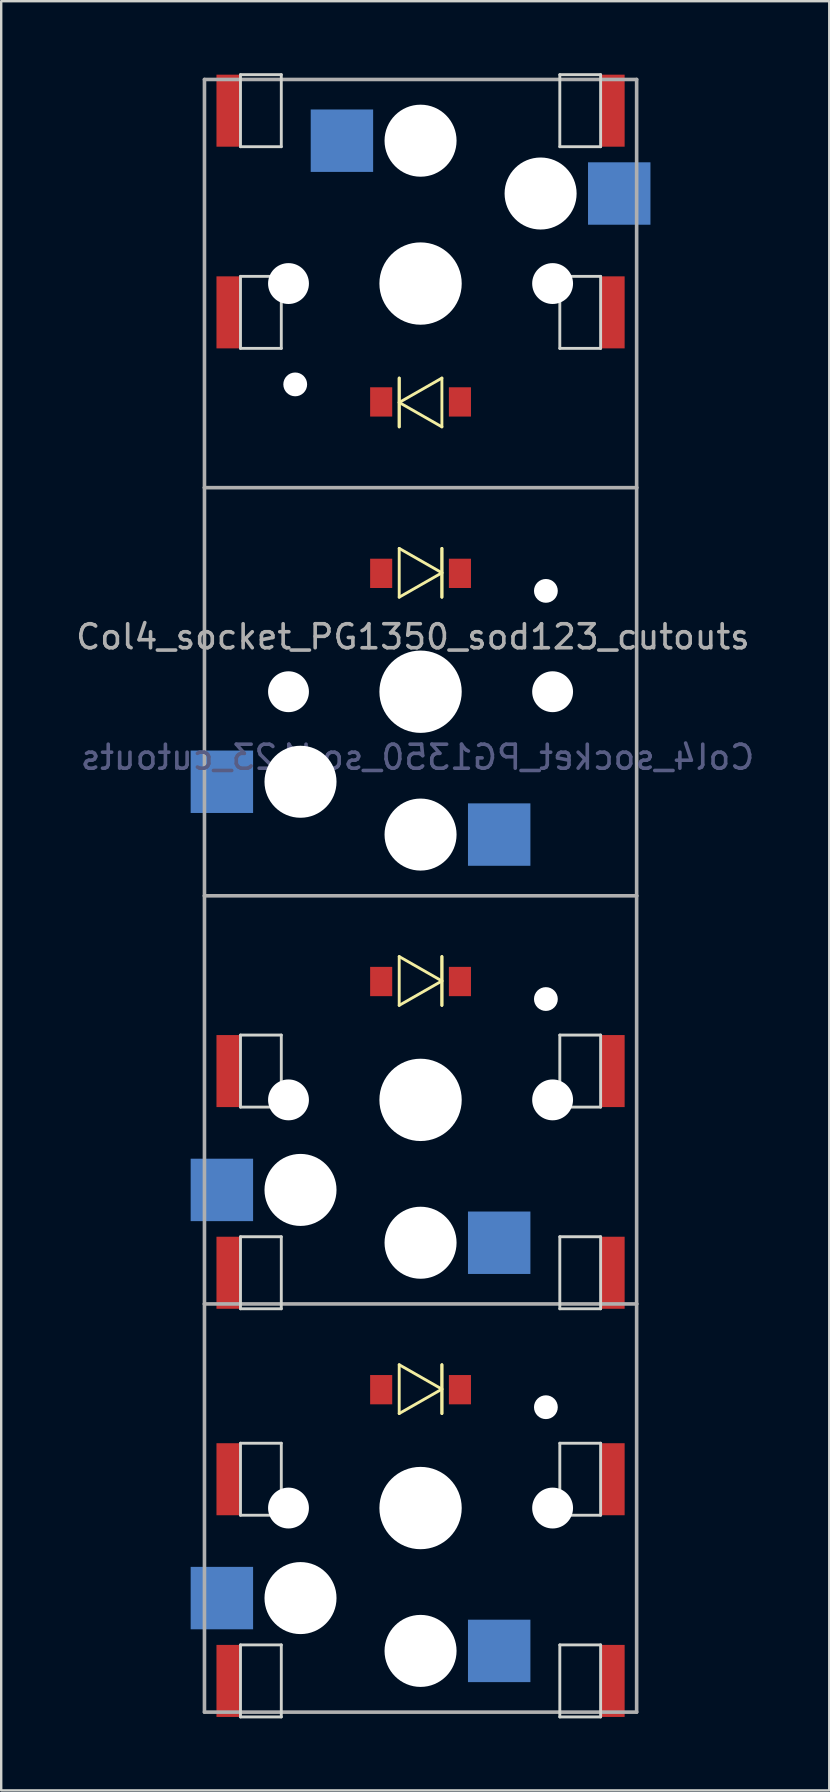
<source format=kicad_pcb>
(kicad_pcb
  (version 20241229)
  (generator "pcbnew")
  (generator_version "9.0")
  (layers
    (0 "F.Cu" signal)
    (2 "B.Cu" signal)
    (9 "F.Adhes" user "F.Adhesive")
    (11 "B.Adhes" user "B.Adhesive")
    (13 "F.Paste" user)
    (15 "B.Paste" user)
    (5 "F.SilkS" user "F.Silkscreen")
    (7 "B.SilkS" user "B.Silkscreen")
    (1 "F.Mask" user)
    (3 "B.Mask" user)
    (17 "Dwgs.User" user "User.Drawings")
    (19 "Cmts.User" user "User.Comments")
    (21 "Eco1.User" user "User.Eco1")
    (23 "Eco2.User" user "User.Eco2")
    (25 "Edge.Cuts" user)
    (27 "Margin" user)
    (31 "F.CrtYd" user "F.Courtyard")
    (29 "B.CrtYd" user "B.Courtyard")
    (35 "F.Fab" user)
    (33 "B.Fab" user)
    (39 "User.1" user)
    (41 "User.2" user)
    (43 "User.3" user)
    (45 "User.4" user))
  (footprint "Col4_socket_PG1350_sod123_cutouts"
    (layer "F.Cu")
    (at 14.466 68.26)
    (property "Reference" "Col4_socket_PG1350_sod123_cutouts" (at -0.318 -44.786 0) (layer "F.Fab") (effects (font (size 1 1) (thickness 0.15))))
    (attr smd)
    (fp_line (start -0.889 -55.563) (end -0.889 -53.531) (stroke (width 0.12) (type solid)) (layer "F.SilkS"))
    (fp_line (start -0.889 -55.563) (end -0.889 -53.531) (stroke (width 0.12) (type solid)) (layer "F.SilkS"))
    (fp_line (start -0.889 -54.547) (end 0.889 -55.563) (stroke (width 0.12) (type solid)) (layer "F.SilkS"))
    (fp_line (start -0.889 -48.469) (end -0.889 -46.437) (stroke (width 0.12) (type solid)) (layer "F.SilkS"))
    (fp_line (start -0.889 -48.469) (end 0.889 -47.453) (stroke (width 0.12) (type solid)) (layer "F.SilkS"))
    (fp_line (start -0.889 -31.469) (end -0.889 -29.437) (stroke (width 0.12) (type solid)) (layer "F.SilkS"))
    (fp_line (start -0.889 -31.469) (end 0.889 -30.453) (stroke (width 0.12) (type solid)) (layer "F.SilkS"))
    (fp_line (start -0.889 -14.469) (end -0.889 -12.437) (stroke (width 0.12) (type solid)) (layer "F.SilkS"))
    (fp_line (start -0.889 -14.469) (end 0.889 -13.453) (stroke (width 0.12) (type solid)) (layer "F.SilkS"))
    (fp_line (start 0.889 -53.531) (end -0.889 -54.547) (stroke (width 0.12) (type solid)) (layer "F.SilkS"))
    (fp_line (start 0.889 -53.531) (end 0.889 -55.563) (stroke (width 0.12) (type solid)) (layer "F.SilkS"))
    (fp_line (start 0.889 -47.453) (end -0.889 -46.437) (stroke (width 0.12) (type solid)) (layer "F.SilkS"))
    (fp_line (start 0.889 -46.437) (end 0.889 -48.469) (stroke (width 0.12) (type solid)) (layer "F.SilkS"))
    (fp_line (start 0.889 -46.437) (end 0.889 -48.469) (stroke (width 0.12) (type solid)) (layer "F.SilkS"))
    (fp_line (start 0.889 -30.453) (end -0.889 -29.437) (stroke (width 0.12) (type solid)) (layer "F.SilkS"))
    (fp_line (start 0.889 -29.437) (end 0.889 -31.469) (stroke (width 0.12) (type solid)) (layer "F.SilkS"))
    (fp_line (start 0.889 -29.437) (end 0.889 -31.469) (stroke (width 0.12) (type solid)) (layer "F.SilkS"))
    (fp_line (start 0.889 -13.453) (end -0.889 -12.437) (stroke (width 0.12) (type solid)) (layer "F.SilkS"))
    (fp_line (start 0.889 -12.437) (end 0.889 -14.469) (stroke (width 0.12) (type solid)) (layer "F.SilkS"))
    (fp_line (start 0.889 -12.437) (end 0.889 -14.469) (stroke (width 0.12) (type solid)) (layer "F.SilkS"))
    (fp_line (start -7.5 -65.2) (end -7.5 -68.2) (stroke (width 0.12) (type solid)) (layer "Edge.Cuts"))
    (fp_line (start -7.5 -56.8) (end -7.5 -59.8) (stroke (width 0.12) (type solid)) (layer "Edge.Cuts"))
    (fp_line (start -7.5 -28.2) (end -5.8 -28.2) (stroke (width 0.12) (type solid)) (layer "Edge.Cuts"))
    (fp_line (start -7.5 -25.2) (end -7.5 -28.2) (stroke (width 0.12) (type solid)) (layer "Edge.Cuts"))
    (fp_line (start -7.5 -25.2) (end -5.8 -25.2) (stroke (width 0.12) (type solid)) (layer "Edge.Cuts"))
    (fp_line (start -7.5 -19.8) (end -7.5 -16.8) (stroke (width 0.12) (type solid)) (layer "Edge.Cuts"))
    (fp_line (start -7.5 -19.8) (end -5.8 -19.8) (stroke (width 0.12) (type solid)) (layer "Edge.Cuts"))
    (fp_line (start -7.5 -16.8) (end -5.8 -16.8) (stroke (width 0.12) (type solid)) (layer "Edge.Cuts"))
    (fp_line (start -7.5 -11.2) (end -5.8 -11.2) (stroke (width 0.12) (type solid)) (layer "Edge.Cuts"))
    (fp_line (start -7.5 -8.2) (end -7.5 -11.2) (stroke (width 0.12) (type solid)) (layer "Edge.Cuts"))
    (fp_line (start -7.5 -8.2) (end -5.8 -8.2) (stroke (width 0.12) (type solid)) (layer "Edge.Cuts"))
    (fp_line (start -7.5 -2.8) (end -7.5 0.2) (stroke (width 0.12) (type solid)) (layer "Edge.Cuts"))
    (fp_line (start -7.5 -2.8) (end -5.8 -2.8) (stroke (width 0.12) (type solid)) (layer "Edge.Cuts"))
    (fp_line (start -7.5 0.2) (end -5.8 0.2) (stroke (width 0.12) (type solid)) (layer "Edge.Cuts"))
    (fp_line (start -5.8 -68.2) (end -7.5 -68.2) (stroke (width 0.12) (type solid)) (layer "Edge.Cuts"))
    (fp_line (start -5.8 -68.2) (end -5.8 -65.2) (stroke (width 0.12) (type solid)) (layer "Edge.Cuts"))
    (fp_line (start -5.8 -65.2) (end -7.5 -65.2) (stroke (width 0.12) (type solid)) (layer "Edge.Cuts"))
    (fp_line (start -5.8 -59.8) (end -7.5 -59.8) (stroke (width 0.12) (type solid)) (layer "Edge.Cuts"))
    (fp_line (start -5.8 -59.8) (end -5.8 -56.8) (stroke (width 0.12) (type solid)) (layer "Edge.Cuts"))
    (fp_line (start -5.8 -56.8) (end -7.5 -56.8) (stroke (width 0.12) (type solid)) (layer "Edge.Cuts"))
    (fp_line (start -5.8 -28.2) (end -5.8 -25.2) (stroke (width 0.12) (type solid)) (layer "Edge.Cuts"))
    (fp_line (start -5.8 -16.8) (end -5.8 -19.8) (stroke (width 0.12) (type solid)) (layer "Edge.Cuts"))
    (fp_line (start -5.8 -11.2) (end -5.8 -8.2) (stroke (width 0.12) (type solid)) (layer "Edge.Cuts"))
    (fp_line (start -5.8 0.2) (end -5.8 -2.8) (stroke (width 0.12) (type solid)) (layer "Edge.Cuts"))
    (fp_line (start 5.8 -68.2) (end 5.8 -65.2) (stroke (width 0.12) (type solid)) (layer "Edge.Cuts"))
    (fp_line (start 5.8 -56.8) (end 5.8 -59.8) (stroke (width 0.12) (type solid)) (layer "Edge.Cuts"))
    (fp_line (start 5.8 -28.2) (end 7.5 -28.2) (stroke (width 0.12) (type solid)) (layer "Edge.Cuts"))
    (fp_line (start 5.8 -25.2) (end 5.8 -28.2) (stroke (width 0.12) (type solid)) (layer "Edge.Cuts"))
    (fp_line (start 5.8 -25.2) (end 7.5 -25.2) (stroke (width 0.12) (type solid)) (layer "Edge.Cuts"))
    (fp_line (start 5.8 -19.8) (end 7.5 -19.8) (stroke (width 0.12) (type solid)) (layer "Edge.Cuts"))
    (fp_line (start 5.8 -16.8) (end 5.8 -19.8) (stroke (width 0.12) (type solid)) (layer "Edge.Cuts"))
    (fp_line (start 5.8 -16.8) (end 7.5 -16.8) (stroke (width 0.12) (type solid)) (layer "Edge.Cuts"))
    (fp_line (start 5.8 -11.2) (end 7.5 -11.2) (stroke (width 0.12) (type solid)) (layer "Edge.Cuts"))
    (fp_line (start 5.8 -8.2) (end 5.8 -11.2) (stroke (width 0.12) (type solid)) (layer "Edge.Cuts"))
    (fp_line (start 5.8 -8.2) (end 7.5 -8.2) (stroke (width 0.12) (type solid)) (layer "Edge.Cuts"))
    (fp_line (start 5.8 -2.8) (end 7.5 -2.8) (stroke (width 0.12) (type solid)) (layer "Edge.Cuts"))
    (fp_line (start 5.8 0.2) (end 5.8 -2.8) (stroke (width 0.12) (type solid)) (layer "Edge.Cuts"))
    (fp_line (start 5.8 0.2) (end 7.5 0.2) (stroke (width 0.12) (type solid)) (layer "Edge.Cuts"))
    (fp_line (start 7.5 -68.2) (end 5.8 -68.2) (stroke (width 0.12) (type solid)) (layer "Edge.Cuts"))
    (fp_line (start 7.5 -65.2) (end 5.8 -65.2) (stroke (width 0.12) (type solid)) (layer "Edge.Cuts"))
    (fp_line (start 7.5 -65.2) (end 7.5 -68.2) (stroke (width 0.12) (type solid)) (layer "Edge.Cuts"))
    (fp_line (start 7.5 -59.8) (end 5.8 -59.8) (stroke (width 0.12) (type solid)) (layer "Edge.Cuts"))
    (fp_line (start 7.5 -59.8) (end 7.5 -56.8) (stroke (width 0.12) (type solid)) (layer "Edge.Cuts"))
    (fp_line (start 7.5 -56.8) (end 5.8 -56.8) (stroke (width 0.12) (type solid)) (layer "Edge.Cuts"))
    (fp_line (start 7.5 -28.2) (end 7.5 -25.2) (stroke (width 0.12) (type solid)) (layer "Edge.Cuts"))
    (fp_line (start 7.5 -19.8) (end 7.5 -16.8) (stroke (width 0.12) (type solid)) (layer "Edge.Cuts"))
    (fp_line (start 7.5 -11.2) (end 7.5 -8.2) (stroke (width 0.12) (type solid)) (layer "Edge.Cuts"))
    (fp_line (start 7.5 -2.8) (end 7.5 0.2) (stroke (width 0.12) (type solid)) (layer "Edge.Cuts"))
    (fp_line (start -9 -51) (end -9 -68) (stroke (width 0.15) (type solid)) (layer "F.Fab"))
    (fp_line (start -9 -34) (end -9 -51) (stroke (width 0.15) (type solid)) (layer "F.Fab"))
    (fp_line (start -9 -17) (end -9 -34) (stroke (width 0.15) (type solid)) (layer "F.Fab"))
    (fp_line (start -9 0) (end -9 -17) (stroke (width 0.15) (type solid)) (layer "F.Fab"))
    (fp_line (start 9 -68) (end -9 -68) (stroke (width 0.15) (type solid)) (layer "F.Fab"))
    (fp_line (start 9 -68) (end 9 -51) (stroke (width 0.15) (type solid)) (layer "F.Fab"))
    (fp_line (start 9 -51) (end -9 -51) (stroke (width 0.15) (type solid)) (layer "F.Fab"))
    (fp_line (start 9 -51) (end 9 -34) (stroke (width 0.15) (type solid)) (layer "F.Fab"))
    (fp_line (start 9 -34) (end -9 -34) (stroke (width 0.15) (type solid)) (layer "F.Fab"))
    (fp_line (start 9 -34) (end 9 -17) (stroke (width 0.15) (type solid)) (layer "F.Fab"))
    (fp_line (start 9 -17) (end -9 -17) (stroke (width 0.15) (type solid)) (layer "F.Fab"))
    (fp_line (start 9 -17) (end 9 0) (stroke (width 0.15) (type solid)) (layer "F.Fab"))
    (fp_line (start 9 0) (end -9 0) (stroke (width 0.15) (type solid)) (layer "F.Fab"))
    (fp_text user "${REFERENCE}" (at -0.127 -39.77 0) (layer "B.Fab") (effects (font (size 1 1) (thickness 0.15)) (justify mirror)))
    (pad "" np_thru_hole circle (at -5.5 -59.5 180) (size 1.702 1.702) (drill 1.702) (layers "*.Cu"))
    (pad "" np_thru_hole circle (at -5.5 -42.5) (size 1.702 1.702) (drill 1.702) (layers "*.Cu"))
    (pad "" np_thru_hole circle (at -5.5 -25.5) (size 1.702 1.702) (drill 1.702) (layers "*.Cu"))
    (pad "" np_thru_hole circle (at -5.5 -8.5) (size 1.702 1.702) (drill 1.702) (layers "*.Cu"))
    (pad "" np_thru_hole circle (at -5.22 -55.3 180) (size 0.991 0.991) (drill 0.991) (layers "*.Cu" "*.Mask"))
    (pad "" np_thru_hole circle (at -5 -38.75) (size 3 3) (drill 3) (layers "*.Cu"))
    (pad "" np_thru_hole circle (at -5 -21.75) (size 3 3) (drill 3) (layers "*.Cu"))
    (pad "" np_thru_hole circle (at -5 -4.75) (size 3 3) (drill 3) (layers "*.Cu"))
    (pad "" np_thru_hole circle (at 0 -65.45 180) (size 3 3) (drill 3) (layers "*.Cu" "*.Mask"))
    (pad "" np_thru_hole circle (at 0 -59.5 270) (size 3.429 3.429) (drill 3.429) (layers "*.Cu" "*.Mask"))
    (pad "" np_thru_hole circle (at 0 -42.5) (size 3.429 3.429) (drill 3.429) (layers "*.Cu" "*.Mask"))
    (pad "" np_thru_hole circle (at 0 -36.55) (size 3 3) (drill 3) (layers "*.Cu" "*.Mask"))
    (pad "" np_thru_hole circle (at 0 -25.5) (size 3.429 3.429) (drill 3.429) (layers "*.Cu" "*.Mask"))
    (pad "" np_thru_hole circle (at 0 -19.55) (size 3 3) (drill 3) (layers "*.Cu" "*.Mask"))
    (pad "" np_thru_hole circle (at 0 -8.5) (size 3.429 3.429) (drill 3.429) (layers "*.Cu" "*.Mask"))
    (pad "" np_thru_hole circle (at 0 -2.55) (size 3 3) (drill 3) (layers "*.Cu" "*.Mask"))
    (pad "" np_thru_hole circle (at 5 -63.25 180) (size 3 3) (drill 3) (layers "*.Cu"))
    (pad "" np_thru_hole circle (at 5.22 -46.7) (size 0.991 0.991) (drill 0.991) (layers "*.Cu" "*.Mask"))
    (pad "" np_thru_hole circle (at 5.22 -29.7) (size 0.991 0.991) (drill 0.991) (layers "*.Cu" "*.Mask"))
    (pad "" np_thru_hole circle (at 5.22 -12.7) (size 0.991 0.991) (drill 0.991) (layers "*.Cu" "*.Mask"))
    (pad "" np_thru_hole circle (at 5.5 -59.5 180) (size 1.702 1.702) (drill 1.702) (layers "*.Cu"))
    (pad "" np_thru_hole circle (at 5.5 -42.5) (size 1.702 1.702) (drill 1.702) (layers "*.Cu"))
    (pad "" np_thru_hole circle (at 5.5 -25.5) (size 1.702 1.702) (drill 1.702) (layers "*.Cu"))
    (pad "" np_thru_hole circle (at 5.5 -8.5) (size 1.702 1.702) (drill 1.702) (layers "*.Cu"))
    (pad "a1" smd rect (at -8.275 -4.75) (size 2.6 2.6) (layers "B.Cu" "B.Mask" "B.Paste"))
    (pad "a1" smd rect (at -8 -9.7) (size 1 3) (layers "F.Cu" "F.Mask" "F.Paste"))
    (pad "a1" smd rect (at -8 -1.3) (size 1 3) (layers "F.Cu" "F.Mask" "F.Paste"))
    (pad "a2" smd rect (at 3.275 -2.55) (size 2.6 2.6) (layers "B.Cu" "B.Mask" "B.Paste"))
    (pad "aA" smd rect (at -1.64 -13.43) (size 0.92 1.22) (layers "F.Cu" "F.Mask" "F.Paste"))
    (pad "aK" smd rect (at 1.64 -13.43) (size 0.92 1.22) (layers "F.Cu" "F.Mask" "F.Paste"))
    (pad "aK" smd rect (at 8 -9.7) (size 1 3) (layers "F.Cu" "F.Mask" "F.Paste"))
    (pad "aK" smd rect (at 8 -1.3) (size 1 3) (layers "F.Cu" "F.Mask" "F.Paste"))
    (pad "b1" smd rect (at -8.275 -21.75) (size 2.6 2.6) (layers "B.Cu" "B.Mask" "B.Paste"))
    (pad "b1" smd rect (at -8 -26.7) (size 1 3) (layers "F.Cu" "F.Mask" "F.Paste"))
    (pad "b1" smd rect (at -8 -18.3) (size 1 3) (layers "F.Cu" "F.Mask" "F.Paste"))
    (pad "b2" smd rect (at 3.275 -19.55) (size 2.6 2.6) (layers "B.Cu" "B.Mask" "B.Paste"))
    (pad "bA" smd rect (at -1.64 -30.43) (size 0.92 1.22) (layers "F.Cu" "F.Mask" "F.Paste"))
    (pad "bK" smd rect (at 1.64 -30.43) (size 0.92 1.22) (layers "F.Cu" "F.Mask" "F.Paste"))
    (pad "bK" smd rect (at 8 -26.7) (size 1 3) (layers "F.Cu" "F.Mask" "F.Paste"))
    (pad "bK" smd rect (at 8 -18.3) (size 1 3) (layers "F.Cu" "F.Mask" "F.Paste"))
    (pad "m1" smd rect (at -8.275 -38.75) (size 2.6 2.6) (layers "B.Cu" "B.Mask" "B.Paste"))
    (pad "m2" smd rect (at 3.275 -36.55) (size 2.6 2.6) (layers "B.Cu" "B.Mask" "B.Paste"))
    (pad "mA" smd rect (at -1.64 -47.43) (size 0.92 1.22) (layers "F.Cu" "F.Mask" "F.Paste"))
    (pad "mK" smd rect (at 1.64 -47.43) (size 0.92 1.22) (layers "F.Cu" "F.Mask" "F.Paste"))
    (pad "t1" smd rect (at 8 -66.7 180) (size 1 3) (layers "F.Cu" "F.Mask" "F.Paste"))
    (pad "t1" smd rect (at 8 -58.3 180) (size 1 3) (layers "F.Cu" "F.Mask" "F.Paste"))
    (pad "t1" smd rect (at 8.275 -63.25 180) (size 2.6 2.6) (layers "B.Cu" "B.Mask" "B.Paste"))
    (pad "t2" smd rect (at -3.275 -65.45 180) (size 2.6 2.6) (layers "B.Cu" "B.Mask" "B.Paste"))
    (pad "tA" smd rect (at 1.64 -54.57 180) (size 0.92 1.22) (layers "F.Cu" "F.Mask" "F.Paste"))
    (pad "tK" smd rect (at -8 -66.7 180) (size 1 3) (layers "F.Cu" "F.Mask" "F.Paste"))
    (pad "tK" smd rect (at -8 -58.3 180) (size 1 3) (layers "F.Cu" "F.Mask" "F.Paste"))
    (pad "tK" smd rect (at -1.64 -54.57 180) (size 0.92 1.22) (layers "F.Cu" "F.Mask" "F.Paste")))
  (gr_rect
    (start -3 -3)
    (end 31.488 71.52)
    (stroke (width 0.1) (type default))
    (fill no)
    (layer "Edge.Cuts")))
</source>
